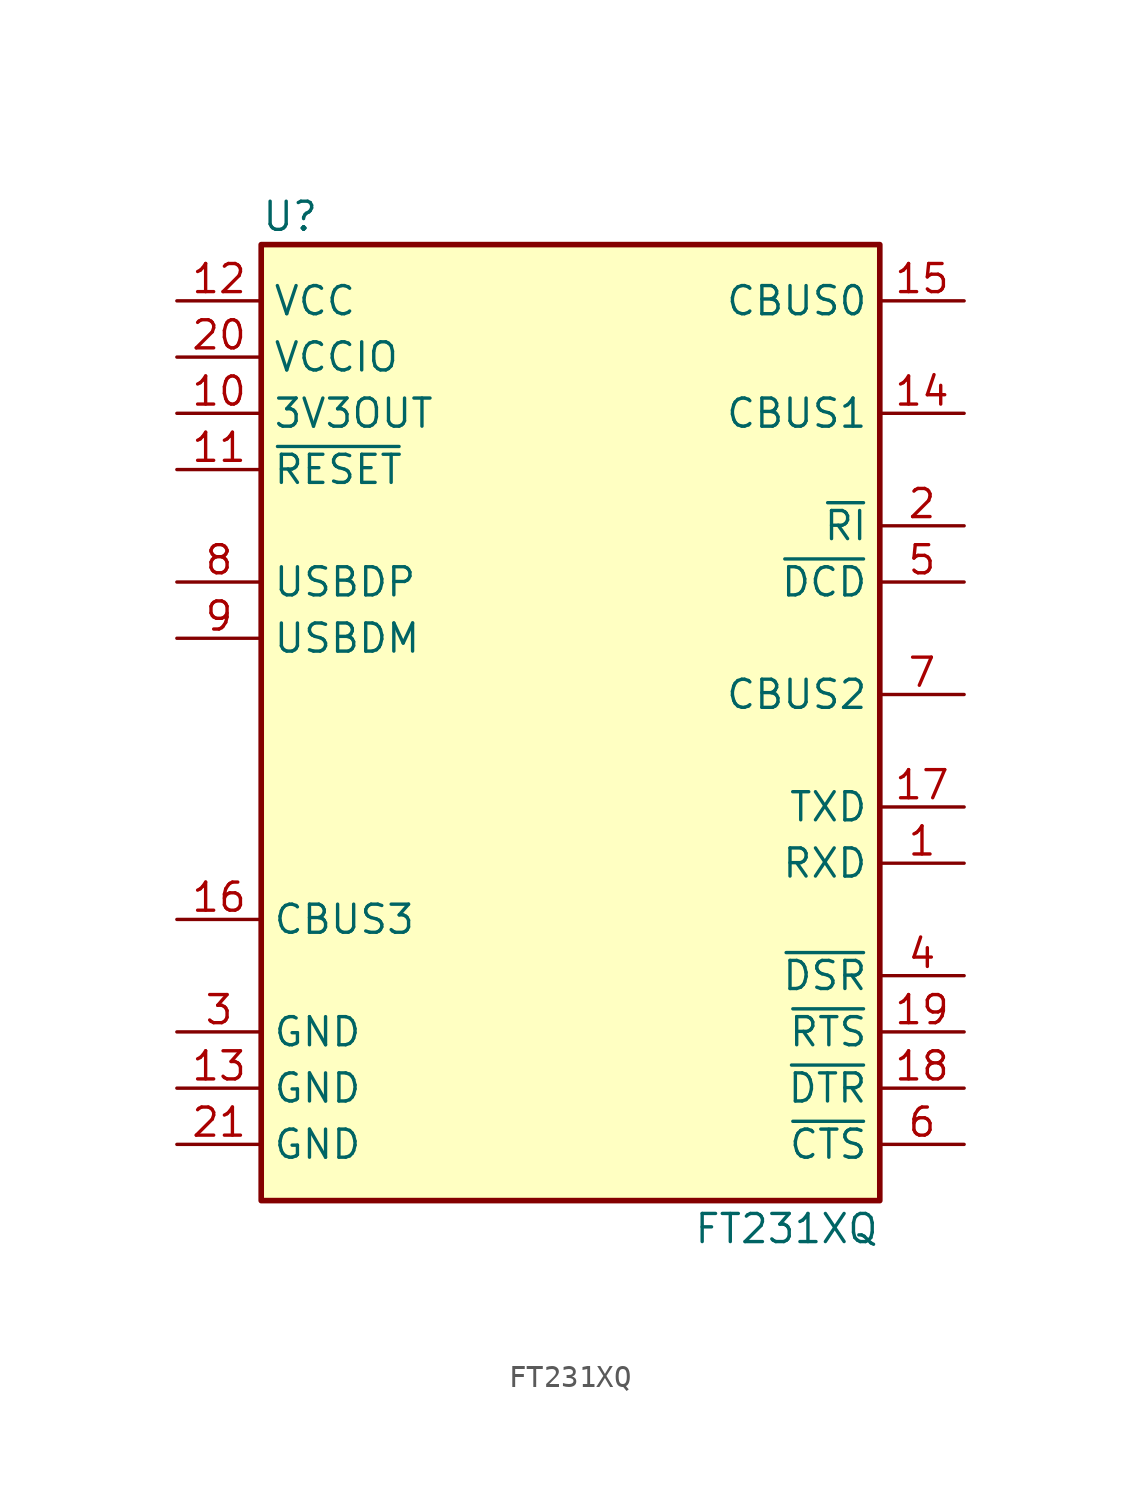
<source format=kicad_sym>
(kicad_symbol_lib
  (version 20231120)
  (generator "kicad_symbol_editor")
  (generator_version "8.0")
  (symbol "FT231XQ"
    (property "Reference" "U"
      (at -13.97 16.51 0)
      (effects (font (size 1.27 1.27)) (justify left)))
    (property "Value" "FT231XQ"
      (at 13.97 -29.21 0)
      (effects (font (size 1.27 1.27)) (justify right)))
    (symbol "FT231XQ_0_1"
      (rectangle (start -13.97 15.24) (end 13.97 -27.94) (stroke (width 0.254) (type default)) (fill (type background))))
    (symbol "FT231XQ_1_1"
      (pin input line (at 17.78 -12.7 180) (length 3.81) (name "RXD" (effects (font (size 1.27 1.27)))) (number "1" (effects (font (size 1.27 1.27)))))
      (pin power_out line (at -17.78 7.62 0) (length 3.81) (name "3V3OUT" (effects (font (size 1.27 1.27)))) (number "10" (effects (font (size 1.27 1.27)))))
      (pin input line (at -17.78 5.08 0) (length 3.81) (name "~{RESET}" (effects (font (size 1.27 1.27)))) (number "11" (effects (font (size 1.27 1.27)))))
      (pin power_in line (at -17.78 12.7 0) (length 3.81) (name "VCC" (effects (font (size 1.27 1.27)))) (number "12" (effects (font (size 1.27 1.27)))))
      (pin power_in line (at -17.78 -22.86 0) (length 3.81) (name "GND" (effects (font (size 1.27 1.27)))) (number "13" (effects (font (size 1.27 1.27)))))
      (pin bidirectional line (at 17.78 7.62 180) (length 3.81) (name "CBUS1" (effects (font (size 1.27 1.27)))) (number "14" (effects (font (size 1.27 1.27)))))
      (pin bidirectional line (at 17.78 12.7 180) (length 3.81) (name "CBUS0" (effects (font (size 1.27 1.27)))) (number "15" (effects (font (size 1.27 1.27)))))
      (pin bidirectional line (at -17.78 -15.24 0) (length 3.81) (name "CBUS3" (effects (font (size 1.27 1.27)))) (number "16" (effects (font (size 1.27 1.27)))))
      (pin output line (at 17.78 -10.16 180) (length 3.81) (name "TXD" (effects (font (size 1.27 1.27)))) (number "17" (effects (font (size 1.27 1.27)))))
      (pin output line (at 17.78 -22.86 180) (length 3.81) (name "~{DTR}" (effects (font (size 1.27 1.27)))) (number "18" (effects (font (size 1.27 1.27)))))
      (pin output line (at 17.78 -20.32 180) (length 3.81) (name "~{RTS}" (effects (font (size 1.27 1.27)))) (number "19" (effects (font (size 1.27 1.27)))))
      (pin input line (at 17.78 2.54 180) (length 3.81) (name "~{RI}" (effects (font (size 1.27 1.27)))) (number "2" (effects (font (size 1.27 1.27)))))
      (pin power_in line (at -17.78 10.16 0) (length 3.81) (name "VCCIO" (effects (font (size 1.27 1.27)))) (number "20" (effects (font (size 1.27 1.27)))))
      (pin power_in line (at -17.78 -25.4 0) (length 3.81) (name "GND" (effects (font (size 1.27 1.27)))) (number "21" (effects (font (size 1.27 1.27)))))
      (pin power_in line (at -17.78 -20.32 0) (length 3.81) (name "GND" (effects (font (size 1.27 1.27)))) (number "3" (effects (font (size 1.27 1.27)))))
      (pin input line (at 17.78 -17.78 180) (length 3.81) (name "~{DSR}" (effects (font (size 1.27 1.27)))) (number "4" (effects (font (size 1.27 1.27)))))
      (pin input line (at 17.78 0 180) (length 3.81) (name "~{DCD}" (effects (font (size 1.27 1.27)))) (number "5" (effects (font (size 1.27 1.27)))))
      (pin input line (at 17.78 -25.4 180) (length 3.81) (name "~{CTS}" (effects (font (size 1.27 1.27)))) (number "6" (effects (font (size 1.27 1.27)))))
      (pin bidirectional line (at 17.78 -5.08 180) (length 3.81) (name "CBUS2" (effects (font (size 1.27 1.27)))) (number "7" (effects (font (size 1.27 1.27)))))
      (pin bidirectional line (at -17.78 0 0) (length 3.81) (name "USBDP" (effects (font (size 1.27 1.27)))) (number "8" (effects (font (size 1.27 1.27)))))
      (pin bidirectional line (at -17.78 -2.54 0) (length 3.81) (name "USBDM" (effects (font (size 1.27 1.27)))) (number "9" (effects (font (size 1.27 1.27))))))))
</source>
